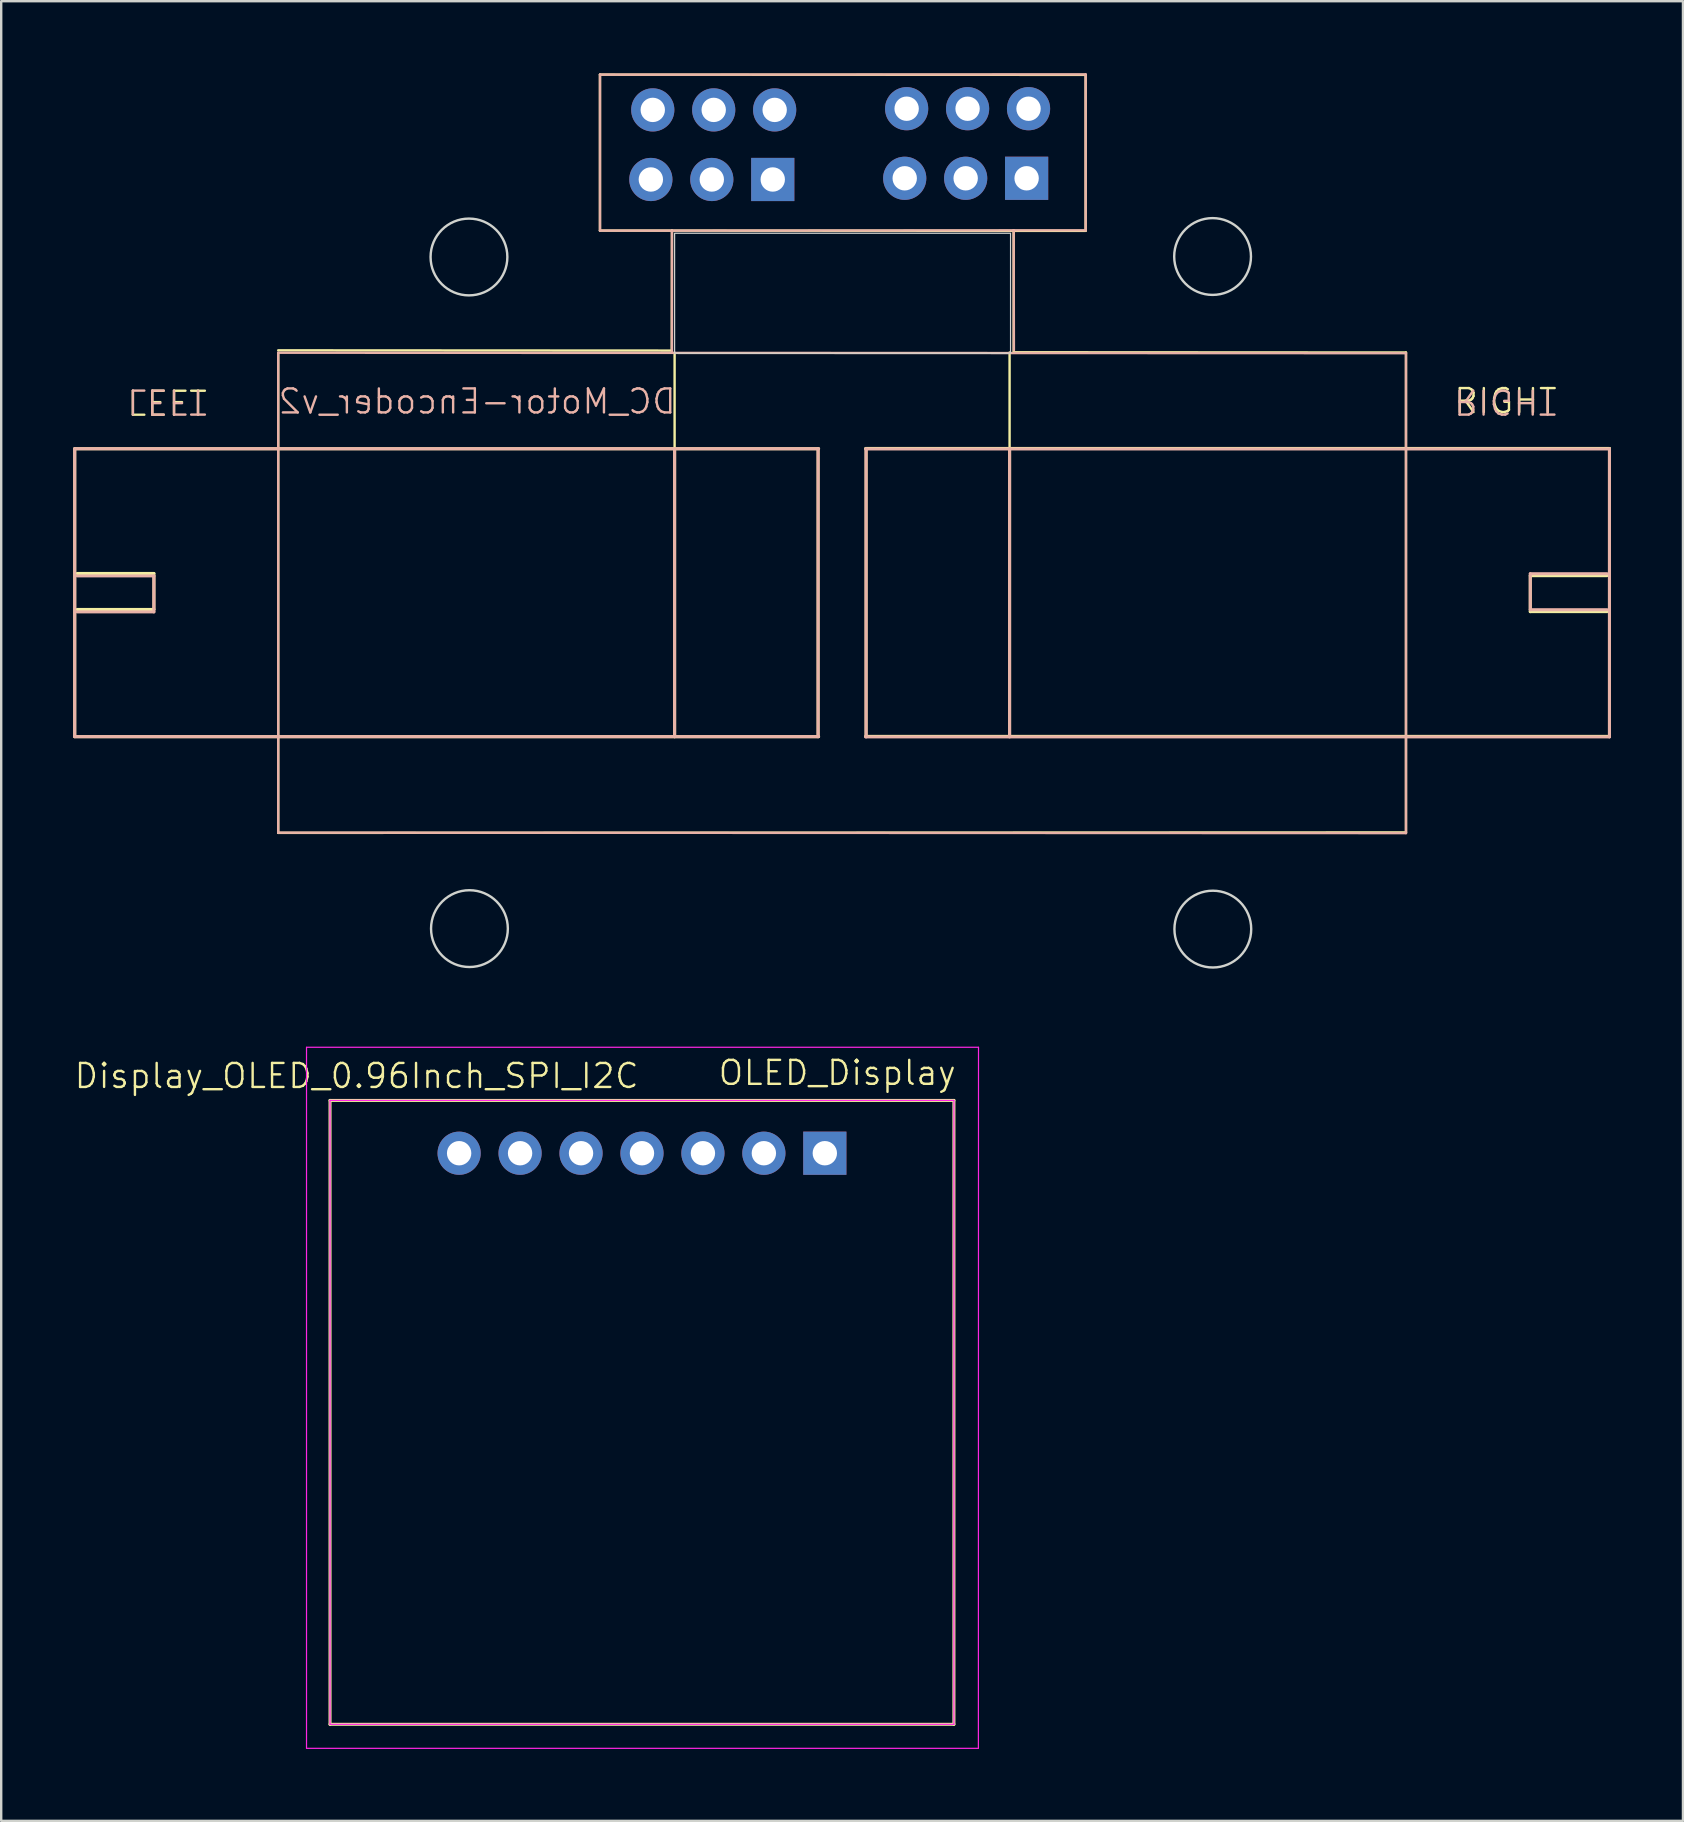
<source format=kicad_pcb>
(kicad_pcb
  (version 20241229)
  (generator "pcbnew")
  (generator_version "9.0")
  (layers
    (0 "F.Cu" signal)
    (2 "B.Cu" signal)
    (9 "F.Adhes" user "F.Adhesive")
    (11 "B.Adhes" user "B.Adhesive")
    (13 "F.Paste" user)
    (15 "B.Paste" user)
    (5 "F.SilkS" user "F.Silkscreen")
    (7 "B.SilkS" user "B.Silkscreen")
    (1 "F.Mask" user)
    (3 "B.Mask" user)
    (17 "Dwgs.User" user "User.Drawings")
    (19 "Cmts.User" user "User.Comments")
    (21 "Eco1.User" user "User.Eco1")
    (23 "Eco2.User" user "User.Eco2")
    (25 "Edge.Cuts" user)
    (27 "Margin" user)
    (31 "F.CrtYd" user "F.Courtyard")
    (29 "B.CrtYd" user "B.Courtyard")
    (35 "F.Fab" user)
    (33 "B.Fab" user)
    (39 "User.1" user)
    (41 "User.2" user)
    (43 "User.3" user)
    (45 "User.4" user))
  (footprint "Display_OLED_0.96Inch_SPI_I2C"
    (layer "F.Cu")
    (at 9.678 40.57)
    (property "Reference" "Display_OLED_0.96Inch_SPI_I2C" (at 2.134 1.219 0) (unlocked yes) (layer "F.SilkS") (effects (font (size 1 1) (thickness 0.1))))
    (attr through_hole)
    (fp_line (start 1.026 2.24) (end 27.026 2.24) (stroke (width 0.127) (type solid)) (layer "F.SilkS"))
    (fp_line (start 1.026 28.24) (end 1.026 2.24) (stroke (width 0.127) (type solid)) (layer "F.SilkS"))
    (fp_line (start 27.026 2.24) (end 27.026 28.24) (stroke (width 0.127) (type solid)) (layer "F.SilkS"))
    (fp_line (start 27.026 28.24) (end 1.026 28.24) (stroke (width 0.127) (type solid)) (layer "F.SilkS"))
    (fp_line (start 0.046 0.025) (end 0.046 29.24) (stroke (width 0.05) (type solid)) (layer "F.CrtYd"))
    (fp_line (start 0.051 0.025) (end 28.051 0.025) (stroke (width 0.05) (type solid)) (layer "F.CrtYd"))
    (fp_line (start 1.026 2.24) (end 1.026 28.24) (stroke (width 0.05) (type solid)) (layer "F.CrtYd"))
    (fp_line (start 1.026 2.24) (end 27.026 2.24) (stroke (width 0.05) (type solid)) (layer "F.CrtYd"))
    (fp_line (start 27.026 28.24) (end 1.026 28.24) (stroke (width 0.05) (type solid)) (layer "F.CrtYd"))
    (fp_line (start 27.026 28.24) (end 27.026 2.24) (stroke (width 0.05) (type solid)) (layer "F.CrtYd"))
    (fp_line (start 28.046 29.24) (end 0.046 29.24) (stroke (width 0.05) (type solid)) (layer "F.CrtYd"))
    (fp_line (start 28.046 29.24) (end 28.051 0.025) (stroke (width 0.05) (type solid)) (layer "F.CrtYd"))
    (fp_text user "OLED_Display" (at 17.145 1.676 0) (unlocked yes) (layer "F.SilkS") (effects (font (size 1 1) (thickness 0.1)) (justify left bottom)))
    (pad "1" thru_hole rect (at 21.646 4.44 270) (size 1.8 1.8) (drill 1.016) (layers "*.Cu" "B.Mask"))
    (pad "2" thru_hole circle (at 19.106 4.44 270) (size 1.8 1.8) (drill 1.016) (layers "*.Cu" "B.Mask"))
    (pad "3" thru_hole circle (at 16.566 4.44 270) (size 1.8 1.8) (drill 1.016) (layers "*.Cu" "B.Mask"))
    (pad "4" thru_hole circle (at 14.026 4.44 270) (size 1.8 1.8) (drill 1.016) (layers "*.Cu" "B.Mask"))
    (pad "5" thru_hole circle (at 11.486 4.44 270) (size 1.8 1.8) (drill 1.016) (layers "*.Cu" "B.Mask"))
    (pad "6" thru_hole circle (at 8.946 4.44 270) (size 1.8 1.8) (drill 1.016) (layers "*.Cu" "B.Mask"))
    (pad "7" thru_hole circle (at 6.406 4.44 270) (size 1.8 1.8) (drill 1.016) (layers "*.Cu" "B.Mask")))
  (footprint "DC_Motor-Encoder_v2"
    (layer "F.Cu")
    (at 32.114 21.95)
    (property "Reference" "DC_Motor-Encoder_v2" (at -15.28 -8.27 0) (unlocked yes) (layer "B.SilkS") (effects (font (size 1 1) (thickness 0.1)) (justify mirror)))
    (attr through_hole)
    (fp_line (start -32.05 5.7) (end -32.05 -6.3) (stroke (width 0.127) (type solid)) (layer "F.SilkS"))
    (fp_line (start -31.95 -1.1) (end -28.75 -1.1) (stroke (width 0.127) (type solid)) (layer "F.SilkS"))
    (fp_line (start -31.95 0.4) (end -28.75 0.4) (stroke (width 0.127) (type solid)) (layer "F.SilkS"))
    (fp_line (start -28.75 0.4) (end -28.75 -1.1) (stroke (width 0.127) (type solid)) (layer "F.SilkS"))
    (fp_line (start -23.57 9.71) (end -23.57 -10.29) (stroke (width 0.1) (type default)) (layer "F.SilkS"))
    (fp_line (start -10.16 -15.39) (end -10.16 -21.89) (stroke (width 0.1) (type default)) (layer "F.SilkS"))
    (fp_line (start -7.17 -10.39) (end -23.57 -10.4) (stroke (width 0.1) (type default)) (layer "F.SilkS"))
    (fp_line (start -7.16 -15.39) (end -10.16 -15.39) (stroke (width 0.1) (type default)) (layer "F.SilkS"))
    (fp_line (start -7.16 -15.39) (end -7.17 -10.39) (stroke (width 0.1) (type default)) (layer "F.SilkS"))
    (fp_line (start -7.16 -15.39) (end 7.04 -15.38) (stroke (width 0.1) (type default)) (layer "F.SilkS"))
    (fp_line (start -7.05 -6.3) (end -32.05 -6.3) (stroke (width 0.127) (type solid)) (layer "F.SilkS"))
    (fp_line (start -7.05 -6.3) (end -7.05 -10.3) (stroke (width 0.1) (type default)) (layer "F.SilkS"))
    (fp_line (start -7.05 5.7) (end -7.05 -6.3) (stroke (width 0.127) (type solid)) (layer "F.SilkS"))
    (fp_line (start -1.07 -6.3) (end -1.07 5.7) (stroke (width 0.127) (type solid)) (layer "F.SilkS"))
    (fp_line (start -1.05 -6.3) (end -7.05 -6.3) (stroke (width 0.127) (type solid)) (layer "F.SilkS"))
    (fp_line (start -1.05 5.7) (end -32.05 5.7) (stroke (width 0.127) (type solid)) (layer "F.SilkS"))
    (fp_line (start 0.91 -6.31) (end 31.91 -6.31) (stroke (width 0.127) (type solid)) (layer "F.SilkS"))
    (fp_line (start 0.91 5.69) (end 6.91 5.69) (stroke (width 0.127) (type solid)) (layer "F.SilkS"))
    (fp_line (start 0.93 5.69) (end 0.93 -6.31) (stroke (width 0.127) (type solid)) (layer "F.SilkS"))
    (fp_line (start 6.91 -6.31) (end 6.91 -10.31) (stroke (width 0.1) (type default)) (layer "F.SilkS"))
    (fp_line (start 6.91 -6.31) (end 6.91 5.69) (stroke (width 0.127) (type solid)) (layer "F.SilkS"))
    (fp_line (start 6.91 5.69) (end 31.91 5.69) (stroke (width 0.127) (type solid)) (layer "F.SilkS"))
    (fp_line (start 7.04 -15.38) (end 7.08 -15.38) (stroke (width 0.1) (type default)) (layer "F.SilkS"))
    (fp_line (start 7.08 -15.38) (end 7.08 -10.32) (stroke (width 0.1) (type default)) (layer "F.SilkS"))
    (fp_line (start 10.08 -21.88) (end -10.16 -21.89) (stroke (width 0.1) (type default)) (layer "F.SilkS"))
    (fp_line (start 10.08 -15.38) (end 7.08 -15.38) (stroke (width 0.1) (type default)) (layer "F.SilkS"))
    (fp_line (start 10.08 -15.38) (end 10.08 -21.88) (stroke (width 0.1) (type default)) (layer "F.SilkS"))
    (fp_line (start 23.43 -10.31) (end 7.08 -10.32) (stroke (width 0.1) (type default)) (layer "F.SilkS"))
    (fp_line (start 23.43 -10.31) (end 23.43 9.69) (stroke (width 0.1) (type default)) (layer "F.SilkS"))
    (fp_line (start 23.43 9.69) (end -23.57 9.71) (stroke (width 0.1) (type default)) (layer "F.SilkS"))
    (fp_line (start 28.61 -1.01) (end 28.61 0.49) (stroke (width 0.127) (type solid)) (layer "F.SilkS"))
    (fp_line (start 31.81 -1.01) (end 28.61 -1.01) (stroke (width 0.127) (type solid)) (layer "F.SilkS"))
    (fp_line (start 31.81 0.49) (end 28.61 0.49) (stroke (width 0.127) (type solid)) (layer "F.SilkS"))
    (fp_line (start 31.91 -6.31) (end 31.91 5.69) (stroke (width 0.127) (type solid)) (layer "F.SilkS"))
    (fp_line (start -32.05 -6.3) (end -32.05 5.7) (stroke (width 0.127) (type solid)) (layer "B.SilkS"))
    (fp_line (start -31.95 -1) (end -28.75 -1) (stroke (width 0.127) (type solid)) (layer "B.SilkS"))
    (fp_line (start -31.95 0.5) (end -28.75 0.5) (stroke (width 0.127) (type solid)) (layer "B.SilkS"))
    (fp_line (start -28.75 -1) (end -28.75 0.5) (stroke (width 0.127) (type solid)) (layer "B.SilkS"))
    (fp_line (start -23.57 -10.3) (end -23.57 9.7) (stroke (width 0.1) (type default)) (layer "B.SilkS"))
    (fp_line (start -23.57 9.7) (end 23.43 9.72) (stroke (width 0.1) (type default)) (layer "B.SilkS"))
    (fp_line (start -10.16 -21.89) (end 10.08 -21.9) (stroke (width 0.1) (type default)) (layer "B.SilkS"))
    (fp_line (start -10.16 -15.39) (end -10.16 -21.89) (stroke (width 0.1) (type default)) (layer "B.SilkS"))
    (fp_line (start -10.16 -15.39) (end -7.16 -15.39) (stroke (width 0.1) (type default)) (layer "B.SilkS"))
    (fp_line (start -7.16 -15.39) (end -7.16 -10.33) (stroke (width 0.1) (type default)) (layer "B.SilkS"))
    (fp_line (start -7.05 -6.3) (end -7.05 5.7) (stroke (width 0.127) (type solid)) (layer "B.SilkS"))
    (fp_line (start -7.05 5.7) (end -32.05 5.7) (stroke (width 0.127) (type solid)) (layer "B.SilkS"))
    (fp_line (start -1.07 5.7) (end -1.07 -6.3) (stroke (width 0.127) (type solid)) (layer "B.SilkS"))
    (fp_line (start -1.05 -6.3) (end -32.05 -6.3) (stroke (width 0.127) (type solid)) (layer "B.SilkS"))
    (fp_line (start -1.05 5.7) (end -7.05 5.7) (stroke (width 0.127) (type solid)) (layer "B.SilkS"))
    (fp_line (start 0.91 -6.29) (end 6.91 -6.29) (stroke (width 0.127) (type solid)) (layer "B.SilkS"))
    (fp_line (start 0.91 5.71) (end 31.91 5.71) (stroke (width 0.127) (type solid)) (layer "B.SilkS"))
    (fp_line (start 0.93 -6.29) (end 0.93 5.71) (stroke (width 0.127) (type solid)) (layer "B.SilkS"))
    (fp_line (start 6.91 -6.29) (end 31.91 -6.29) (stroke (width 0.127) (type solid)) (layer "B.SilkS"))
    (fp_line (start 6.91 5.71) (end 6.91 -6.29) (stroke (width 0.127) (type solid)) (layer "B.SilkS"))
    (fp_line (start 7.08 -15.4) (end -7.12 -15.39) (stroke (width 0.1) (type default)) (layer "B.SilkS"))
    (fp_line (start 7.08 -15.4) (end 7.09 -10.4) (stroke (width 0.1) (type default)) (layer "B.SilkS"))
    (fp_line (start 7.08 -15.4) (end 10.08 -15.4) (stroke (width 0.1) (type default)) (layer "B.SilkS"))
    (fp_line (start 10.08 -15.4) (end 10.08 -21.9) (stroke (width 0.1) (type default)) (layer "B.SilkS"))
    (fp_line (start 23.43 -10.28) (end -23.57 -10.3) (stroke (width 0.1) (type default)) (layer "B.SilkS"))
    (fp_line (start 23.43 9.72) (end 23.43 -10.28) (stroke (width 0.1) (type default)) (layer "B.SilkS"))
    (fp_line (start 28.61 0.41) (end 28.61 -1.09) (stroke (width 0.127) (type solid)) (layer "B.SilkS"))
    (fp_line (start 31.81 -1.09) (end 28.61 -1.09) (stroke (width 0.127) (type solid)) (layer "B.SilkS"))
    (fp_line (start 31.81 0.41) (end 28.61 0.41) (stroke (width 0.127) (type solid)) (layer "B.SilkS"))
    (fp_line (start 31.91 5.71) (end 31.91 -6.29) (stroke (width 0.127) (type solid)) (layer "B.SilkS"))
    (fp_rect (start -7.05 -15.28) (end 6.95 -10.28) (stroke (width 0.05) (type default)) (fill no) (layer "Edge.Cuts"))
    (fp_circle (center -15.62 -14.29) (end -14.02 -14.28) (stroke (width 0.1) (type solid)) (fill no) (layer "Edge.Cuts"))
    (fp_circle (center -15.6 13.7) (end -17.2 13.69) (stroke (width 0.1) (type solid)) (fill no) (layer "Edge.Cuts"))
    (fp_circle (center 15.37 -14.31) (end 16.97 -14.3) (stroke (width 0.1) (type solid)) (fill no) (layer "Edge.Cuts"))
    (fp_circle (center 15.38 13.72) (end 13.78 13.71) (stroke (width 0.1) (type solid)) (fill no) (layer "Edge.Cuts"))
    (fp_text user "LEFT" (at -29.93 -7.59 0) (unlocked yes) (layer "F.SilkS") (effects (font (size 1 1) (thickness 0.1)) (justify left bottom)))
    (fp_text user "RIGHT" (at 25.37 -7.7 0) (unlocked yes) (layer "F.SilkS") (effects (font (size 1 1) (thickness 0.1)) (justify left bottom)))
    (fp_text user "RIGHT" (at 25.36 -8.85 180) (unlocked yes) (layer "B.SilkS") (effects (font (size 1 1) (thickness 0.1)) (justify left bottom mirror)))
    (fp_text user "LEFT" (at -29.93 -8.85 180) (unlocked yes) (layer "B.SilkS") (effects (font (size 1 1) (thickness 0.1)) (justify left bottom mirror)))
    (pad "1" thru_hole circle (at -7.96 -20.42 180) (size 1.8 1.8) (drill 1.016) (layers "*.Cu" "F.Mask"))
    (pad "2" thru_hole circle (at -5.42 -20.42 180) (size 1.8 1.8) (drill 1.016) (layers "*.Cu" "F.Mask"))
    (pad "3" thru_hole circle (at -2.88 -20.42 180) (size 1.8 1.8) (drill 1.016) (layers "*.Cu" "F.Mask"))
    (pad "4" thru_hole circle (at -8.04 -17.52 180) (size 1.8 1.8) (drill 1.016) (layers "*.Cu" "F.Mask"))
    (pad "5" thru_hole circle (at -5.5 -17.52 180) (size 1.8 1.8) (drill 1.016) (layers "*.Cu" "F.Mask"))
    (pad "6" thru_hole rect (at -2.96 -17.52 180) (size 1.8 1.8) (drill 1.016) (layers "*.Cu" "F.Mask"))
    (pad "7" thru_hole circle (at 2.62 -20.47 180) (size 1.8 1.8) (drill 1.016) (layers "*.Cu" "F.Mask"))
    (pad "8" thru_hole circle (at 5.16 -20.47 180) (size 1.8 1.8) (drill 1.016) (layers "*.Cu" "F.Mask"))
    (pad "9" thru_hole circle (at 7.7 -20.47 180) (size 1.8 1.8) (drill 1.016) (layers "*.Cu" "F.Mask"))
    (pad "10" thru_hole circle (at 2.54 -17.57 180) (size 1.8 1.8) (drill 1.016) (layers "*.Cu" "F.Mask"))
    (pad "11" thru_hole circle (at 5.08 -17.57 180) (size 1.8 1.8) (drill 1.016) (layers "*.Cu" "F.Mask"))
    (pad "12" thru_hole rect (at 7.62 -17.57 180) (size 1.8 1.8) (drill 1.016) (layers "*.Cu" "F.Mask")))
  (gr_rect
    (start -3 -3)
    (end 67.087 72.835)
    (stroke (width 0.1) (type default))
    (fill no)
    (layer "Edge.Cuts")))
</source>
